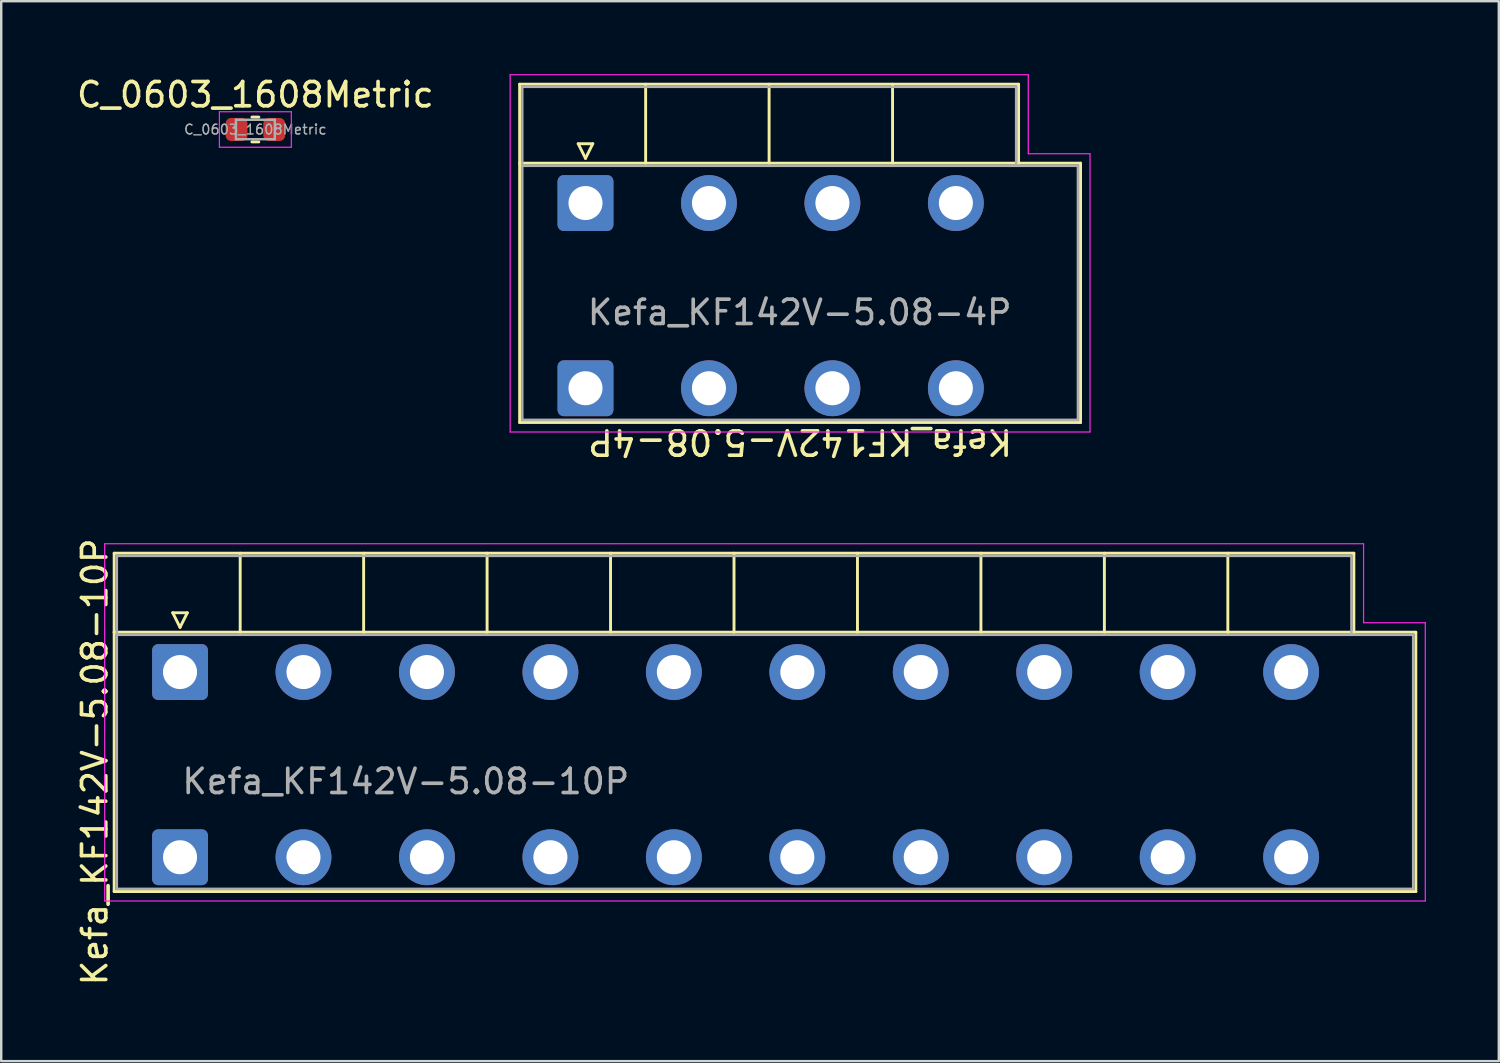
<source format=kicad_pcb>
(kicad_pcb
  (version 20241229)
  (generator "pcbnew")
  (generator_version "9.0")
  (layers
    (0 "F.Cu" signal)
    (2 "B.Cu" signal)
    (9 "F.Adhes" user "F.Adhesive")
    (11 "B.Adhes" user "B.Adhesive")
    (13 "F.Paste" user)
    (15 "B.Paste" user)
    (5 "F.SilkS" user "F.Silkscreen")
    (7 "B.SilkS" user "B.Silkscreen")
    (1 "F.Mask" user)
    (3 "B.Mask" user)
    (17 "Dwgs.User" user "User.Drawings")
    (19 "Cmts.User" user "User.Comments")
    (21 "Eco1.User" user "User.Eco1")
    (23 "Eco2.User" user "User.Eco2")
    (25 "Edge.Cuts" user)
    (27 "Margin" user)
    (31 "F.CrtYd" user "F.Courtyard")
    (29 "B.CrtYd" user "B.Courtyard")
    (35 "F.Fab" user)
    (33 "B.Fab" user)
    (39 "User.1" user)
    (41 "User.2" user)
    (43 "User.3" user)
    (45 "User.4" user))
  (footprint "Kefa_KF142V-5.08-4P"
    (layer "F.Cu")
    (at 21.042 5.305)
    (property "Reference" "Kefa_KF142V-5.08-4P" (at 8.83 9.83 180) (unlocked yes) (layer "F.SilkS") (effects (font (size 1 1) (thickness 0.15))))
    (attr through_hole)
    (fp_line (start -2.71 -4.89) (end -2.71 -1.64) (stroke (width 0.12) (type default)) (layer "F.SilkS"))
    (fp_line (start -2.71 -4.89) (end 17.82 -4.89) (stroke (width 0.12) (type solid)) (layer "F.SilkS"))
    (fp_line (start -2.71 -1.64) (end 20.37 -1.64) (stroke (width 0.12) (type solid)) (layer "F.SilkS"))
    (fp_line (start -2.71 9.03) (end -2.71 -1.64) (stroke (width 0.12) (type solid)) (layer "F.SilkS"))
    (fp_line (start -0.3 -2.44) (end 0 -1.84) (stroke (width 0.12) (type solid)) (layer "F.SilkS"))
    (fp_line (start -0.3 -2.44) (end 0.3 -2.44) (stroke (width 0.12) (type solid)) (layer "F.SilkS"))
    (fp_line (start 0.3 -2.44) (end 0 -1.84) (stroke (width 0.12) (type solid)) (layer "F.SilkS"))
    (fp_line (start 2.475 -4.89) (end 2.475 -1.64) (stroke (width 0.12) (type default)) (layer "F.SilkS"))
    (fp_line (start 7.555 -4.89) (end 7.555 -1.64) (stroke (width 0.12) (type default)) (layer "F.SilkS"))
    (fp_line (start 12.635 -4.89) (end 12.635 -1.64) (stroke (width 0.12) (type default)) (layer "F.SilkS"))
    (fp_line (start 17.82 -4.89) (end 17.82 -1.64) (stroke (width 0.12) (type default)) (layer "F.SilkS"))
    (fp_line (start 20.37 -1.64) (end 20.37 9.03) (stroke (width 0.12) (type solid)) (layer "F.SilkS"))
    (fp_line (start 20.37 9.03) (end -2.71 9.03) (stroke (width 0.12) (type solid)) (layer "F.SilkS"))
    (fp_line (start -3.1 -5.28) (end -3.1 9.42) (stroke (width 0.05) (type solid)) (layer "F.CrtYd"))
    (fp_line (start -3.1 9.42) (end 20.76 9.42) (stroke (width 0.05) (type solid)) (layer "F.CrtYd"))
    (fp_line (start 18.22 -5.28) (end -3.1 -5.28) (stroke (width 0.05) (type solid)) (layer "F.CrtYd"))
    (fp_line (start 18.22 -5.28) (end 18.22 -2.03) (stroke (width 0.05) (type default)) (layer "F.CrtYd"))
    (fp_line (start 20.76 -2.03) (end 18.22 -2.03) (stroke (width 0.05) (type default)) (layer "F.CrtYd"))
    (fp_line (start 20.76 9.42) (end 20.76 -2.03) (stroke (width 0.05) (type solid)) (layer "F.CrtYd"))
    (fp_line (start -2.6 -4.78) (end 17.72 -4.78) (stroke (width 0.1) (type default)) (layer "F.Fab"))
    (fp_line (start -2.6 -1.53) (end -2.6 -4.78) (stroke (width 0.1) (type default)) (layer "F.Fab"))
    (fp_line (start -2.6 -1.53) (end -2.6 8.92) (stroke (width 0.1) (type solid)) (layer "F.Fab"))
    (fp_line (start -2.6 8.92) (end 20.26 8.92) (stroke (width 0.1) (type solid)) (layer "F.Fab"))
    (fp_line (start 17.72 -4.78) (end 17.72 -1.53) (stroke (width 0.1) (type default)) (layer "F.Fab"))
    (fp_line (start 20.26 -1.53) (end -2.6 -1.53) (stroke (width 0.1) (type solid)) (layer "F.Fab"))
    (fp_line (start 20.26 8.92) (end 20.26 -1.53) (stroke (width 0.1) (type solid)) (layer "F.Fab"))
    (fp_text user "${REFERENCE}" (at 0 4.5 0) (unlocked yes) (layer "F.Fab") (effects (font (size 1 1) (thickness 0.15)) (justify left)))
    (pad "1" thru_hole roundrect (at 0 0) (size 2.3 2.3) (drill 1.4) (layers "*.Cu" "*.Mask") (roundrect_rratio 0.109))
    (pad "1" thru_hole roundrect (at 0 7.62) (size 2.3 2.3) (drill 1.4) (layers "*.Cu" "*.Mask") (roundrect_rratio 0.109))
    (pad "2" thru_hole circle (at 5.08 0) (size 2.3 2.3) (drill 1.4) (layers "*.Cu" "*.Mask"))
    (pad "2" thru_hole circle (at 5.08 7.62) (size 2.3 2.3) (drill 1.4) (layers "*.Cu" "*.Mask"))
    (pad "3" thru_hole circle (at 10.16 0) (size 2.3 2.3) (drill 1.4) (layers "*.Cu" "*.Mask"))
    (pad "3" thru_hole circle (at 10.16 7.62) (size 2.3 2.3) (drill 1.4) (layers "*.Cu" "*.Mask"))
    (pad "4" thru_hole circle (at 15.24 0) (size 2.3 2.3) (drill 1.4) (layers "*.Cu" "*.Mask"))
    (pad "4" thru_hole circle (at 15.24 7.62) (size 2.3 2.3) (drill 1.4) (layers "*.Cu" "*.Mask")))
  (footprint "C_0603_1608Metric"
    (layer "F.Cu")
    (at 7.458 2.278)
    (property "Reference" "C_0603_1608Metric" (at 0 -1.43 180) (layer "F.SilkS") (effects (font (size 1 1) (thickness 0.15))))
    (attr smd)
    (fp_line (start 0.141 -0.51) (end -0.141 -0.51) (stroke (width 0.12) (type solid)) (layer "F.SilkS"))
    (fp_line (start 0.141 0.51) (end -0.141 0.51) (stroke (width 0.12) (type solid)) (layer "F.SilkS"))
    (fp_line (start -1.48 -0.73) (end -1.48 0.73) (stroke (width 0.05) (type solid)) (layer "F.CrtYd"))
    (fp_line (start -1.48 0.73) (end 1.48 0.73) (stroke (width 0.05) (type solid)) (layer "F.CrtYd"))
    (fp_line (start 1.48 -0.73) (end -1.48 -0.73) (stroke (width 0.05) (type solid)) (layer "F.CrtYd"))
    (fp_line (start 1.48 0.73) (end 1.48 -0.73) (stroke (width 0.05) (type solid)) (layer "F.CrtYd"))
    (fp_line (start -0.8 -0.4) (end -0.8 0.4) (stroke (width 0.1) (type solid)) (layer "F.Fab"))
    (fp_line (start -0.8 0.4) (end 0.8 0.4) (stroke (width 0.1) (type solid)) (layer "F.Fab"))
    (fp_line (start 0.8 -0.4) (end -0.8 -0.4) (stroke (width 0.1) (type solid)) (layer "F.Fab"))
    (fp_line (start 0.8 0.4) (end 0.8 -0.4) (stroke (width 0.1) (type solid)) (layer "F.Fab"))
    (fp_text user "${REFERENCE}" (at 0 0 180) (layer "F.Fab") (effects (font (size 0.4 0.4) (thickness 0.06))))
    (pad "1" smd roundrect (at -0.775 0) (size 0.9 0.95) (layers "F.Cu" "F.Mask" "F.Paste") (roundrect_rratio 0.25))
    (pad "2" smd roundrect (at 0.775 0) (size 0.9 0.95) (layers "F.Cu" "F.Mask" "F.Paste") (roundrect_rratio 0.25)))
  (footprint "Kefa_KF142V-5.08-10P"
    (layer "F.Cu")
    (at 4.358 24.604)
    (property "Reference" "Kefa_KF142V-5.08-10P" (at -3.51 3.695 90) (unlocked yes) (layer "F.SilkS") (effects (font (size 1 1) (thickness 0.15))))
    (attr through_hole)
    (fp_line (start -2.71 -4.89) (end -2.71 -1.64) (stroke (width 0.12) (type default)) (layer "F.SilkS"))
    (fp_line (start -2.71 -4.89) (end 48.3 -4.89) (stroke (width 0.12) (type solid)) (layer "F.SilkS"))
    (fp_line (start -2.71 -1.64) (end 50.85 -1.64) (stroke (width 0.12) (type solid)) (layer "F.SilkS"))
    (fp_line (start -2.71 9.03) (end -2.71 -1.64) (stroke (width 0.12) (type solid)) (layer "F.SilkS"))
    (fp_line (start -0.3 -2.44) (end 0 -1.84) (stroke (width 0.12) (type solid)) (layer "F.SilkS"))
    (fp_line (start -0.3 -2.44) (end 0.3 -2.44) (stroke (width 0.12) (type solid)) (layer "F.SilkS"))
    (fp_line (start 0.3 -2.44) (end 0 -1.84) (stroke (width 0.12) (type solid)) (layer "F.SilkS"))
    (fp_line (start 2.475 -4.89) (end 2.475 -1.64) (stroke (width 0.12) (type default)) (layer "F.SilkS"))
    (fp_line (start 7.555 -4.89) (end 7.555 -1.64) (stroke (width 0.12) (type default)) (layer "F.SilkS"))
    (fp_line (start 12.635 -4.89) (end 12.635 -1.64) (stroke (width 0.12) (type default)) (layer "F.SilkS"))
    (fp_line (start 17.715 -4.89) (end 17.715 -1.64) (stroke (width 0.12) (type default)) (layer "F.SilkS"))
    (fp_line (start 22.795 -4.89) (end 22.795 -1.64) (stroke (width 0.12) (type default)) (layer "F.SilkS"))
    (fp_line (start 27.875 -4.89) (end 27.875 -1.64) (stroke (width 0.12) (type default)) (layer "F.SilkS"))
    (fp_line (start 32.955 -4.89) (end 32.955 -1.64) (stroke (width 0.12) (type default)) (layer "F.SilkS"))
    (fp_line (start 38.035 -4.89) (end 38.035 -1.64) (stroke (width 0.12) (type default)) (layer "F.SilkS"))
    (fp_line (start 43.115 -4.89) (end 43.115 -1.64) (stroke (width 0.12) (type default)) (layer "F.SilkS"))
    (fp_line (start 48.3 -4.89) (end 48.3 -1.64) (stroke (width 0.12) (type default)) (layer "F.SilkS"))
    (fp_line (start 50.85 -1.64) (end 50.85 9.03) (stroke (width 0.12) (type solid)) (layer "F.SilkS"))
    (fp_line (start 50.85 9.03) (end -2.71 9.03) (stroke (width 0.12) (type solid)) (layer "F.SilkS"))
    (fp_line (start -3.1 -5.28) (end -3.1 9.42) (stroke (width 0.05) (type solid)) (layer "F.CrtYd"))
    (fp_line (start -3.1 9.42) (end 51.24 9.42) (stroke (width 0.05) (type solid)) (layer "F.CrtYd"))
    (fp_line (start 48.7 -5.28) (end -3.1 -5.28) (stroke (width 0.05) (type solid)) (layer "F.CrtYd"))
    (fp_line (start 48.7 -5.28) (end 48.7 -2.03) (stroke (width 0.05) (type default)) (layer "F.CrtYd"))
    (fp_line (start 51.24 -2.03) (end 48.7 -2.03) (stroke (width 0.05) (type default)) (layer "F.CrtYd"))
    (fp_line (start 51.24 9.42) (end 51.24 -2.03) (stroke (width 0.05) (type solid)) (layer "F.CrtYd"))
    (fp_line (start -2.6 -4.78) (end 48.2 -4.78) (stroke (width 0.1) (type default)) (layer "F.Fab"))
    (fp_line (start -2.6 -1.53) (end -2.6 -4.78) (stroke (width 0.1) (type default)) (layer "F.Fab"))
    (fp_line (start -2.6 -1.53) (end -2.6 8.92) (stroke (width 0.1) (type solid)) (layer "F.Fab"))
    (fp_line (start -2.6 8.92) (end 50.74 8.92) (stroke (width 0.1) (type solid)) (layer "F.Fab"))
    (fp_line (start 48.2 -4.78) (end 48.2 -1.53) (stroke (width 0.1) (type default)) (layer "F.Fab"))
    (fp_line (start 50.74 -1.53) (end -2.6 -1.53) (stroke (width 0.1) (type solid)) (layer "F.Fab"))
    (fp_line (start 50.74 8.92) (end 50.74 -1.53) (stroke (width 0.1) (type solid)) (layer "F.Fab"))
    (fp_text user "${REFERENCE}" (at 0 4.5 0) (unlocked yes) (layer "F.Fab") (effects (font (size 1 1) (thickness 0.15)) (justify left)))
    (pad "1" thru_hole roundrect (at 0 0) (size 2.3 2.3) (drill 1.4) (layers "*.Cu" "*.Mask") (roundrect_rratio 0.109))
    (pad "1" thru_hole roundrect (at 0 7.62) (size 2.3 2.3) (drill 1.4) (layers "*.Cu" "*.Mask") (roundrect_rratio 0.109))
    (pad "2" thru_hole circle (at 5.08 0) (size 2.3 2.3) (drill 1.4) (layers "*.Cu" "*.Mask"))
    (pad "2" thru_hole circle (at 5.08 7.62) (size 2.3 2.3) (drill 1.4) (layers "*.Cu" "*.Mask"))
    (pad "3" thru_hole circle (at 10.16 0) (size 2.3 2.3) (drill 1.4) (layers "*.Cu" "*.Mask"))
    (pad "3" thru_hole circle (at 10.16 7.62) (size 2.3 2.3) (drill 1.4) (layers "*.Cu" "*.Mask"))
    (pad "4" thru_hole circle (at 15.24 0) (size 2.3 2.3) (drill 1.4) (layers "*.Cu" "*.Mask"))
    (pad "4" thru_hole circle (at 15.24 7.62) (size 2.3 2.3) (drill 1.4) (layers "*.Cu" "*.Mask"))
    (pad "5" thru_hole circle (at 20.32 0) (size 2.3 2.3) (drill 1.4) (layers "*.Cu" "*.Mask"))
    (pad "5" thru_hole circle (at 20.32 7.62) (size 2.3 2.3) (drill 1.4) (layers "*.Cu" "*.Mask"))
    (pad "6" thru_hole circle (at 25.4 0) (size 2.3 2.3) (drill 1.4) (layers "*.Cu" "*.Mask"))
    (pad "6" thru_hole circle (at 25.4 7.62) (size 2.3 2.3) (drill 1.4) (layers "*.Cu" "*.Mask"))
    (pad "7" thru_hole circle (at 30.48 0) (size 2.3 2.3) (drill 1.4) (layers "*.Cu" "*.Mask"))
    (pad "7" thru_hole circle (at 30.48 7.62) (size 2.3 2.3) (drill 1.4) (layers "*.Cu" "*.Mask"))
    (pad "8" thru_hole circle (at 35.56 0) (size 2.3 2.3) (drill 1.4) (layers "*.Cu" "*.Mask"))
    (pad "8" thru_hole circle (at 35.56 7.62) (size 2.3 2.3) (drill 1.4) (layers "*.Cu" "*.Mask"))
    (pad "9" thru_hole circle (at 40.64 0) (size 2.3 2.3) (drill 1.4) (layers "*.Cu" "*.Mask"))
    (pad "9" thru_hole circle (at 40.64 7.62) (size 2.3 2.3) (drill 1.4) (layers "*.Cu" "*.Mask"))
    (pad "10" thru_hole circle (at 45.72 0) (size 2.3 2.3) (drill 1.4) (layers "*.Cu" "*.Mask"))
    (pad "10" thru_hole circle (at 45.72 7.62) (size 2.3 2.3) (drill 1.4) (layers "*.Cu" "*.Mask")))
  (gr_rect
    (start -3 -3)
    (end 58.623 40.614)
    (stroke (width 0.1) (type default))
    (fill no)
    (layer "Edge.Cuts")))
</source>
